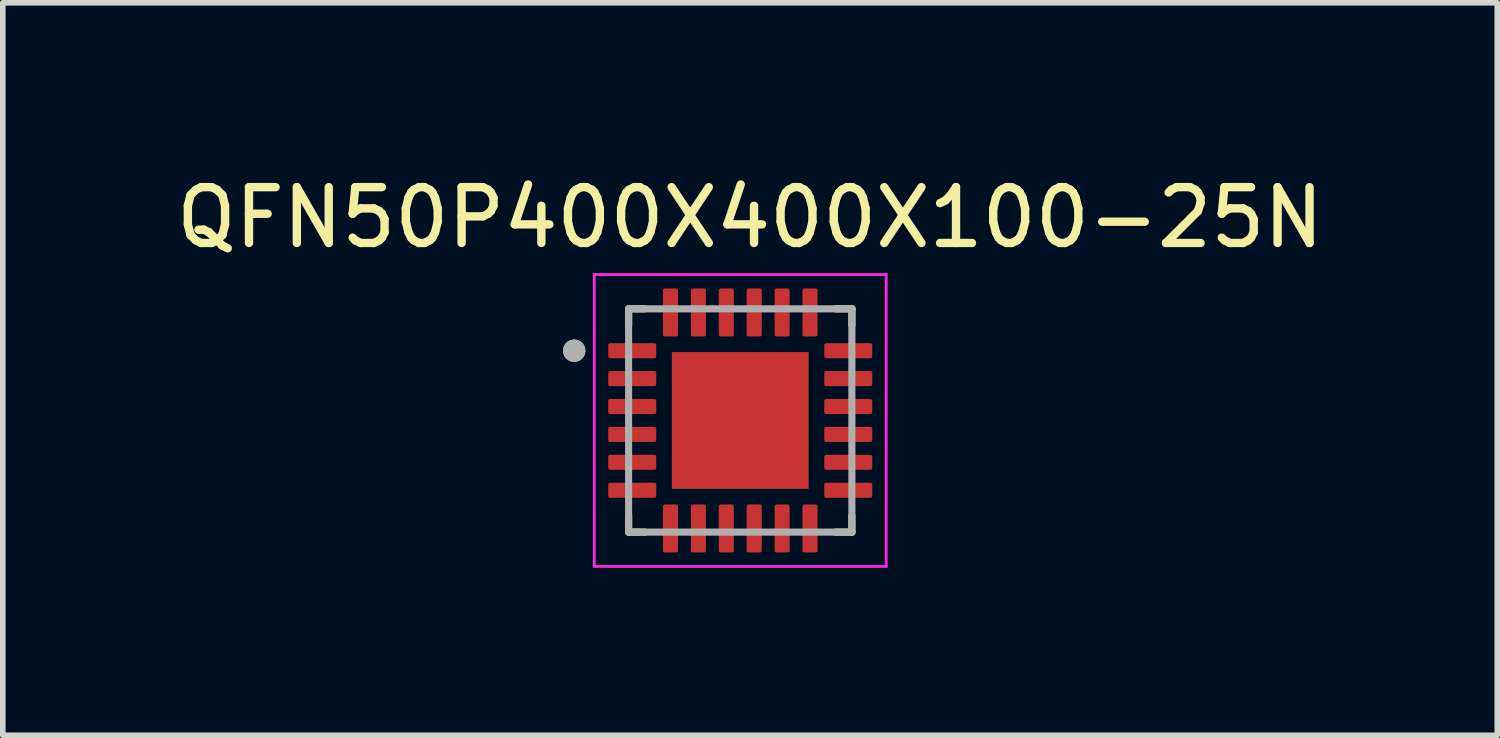
<source format=kicad_pcb>
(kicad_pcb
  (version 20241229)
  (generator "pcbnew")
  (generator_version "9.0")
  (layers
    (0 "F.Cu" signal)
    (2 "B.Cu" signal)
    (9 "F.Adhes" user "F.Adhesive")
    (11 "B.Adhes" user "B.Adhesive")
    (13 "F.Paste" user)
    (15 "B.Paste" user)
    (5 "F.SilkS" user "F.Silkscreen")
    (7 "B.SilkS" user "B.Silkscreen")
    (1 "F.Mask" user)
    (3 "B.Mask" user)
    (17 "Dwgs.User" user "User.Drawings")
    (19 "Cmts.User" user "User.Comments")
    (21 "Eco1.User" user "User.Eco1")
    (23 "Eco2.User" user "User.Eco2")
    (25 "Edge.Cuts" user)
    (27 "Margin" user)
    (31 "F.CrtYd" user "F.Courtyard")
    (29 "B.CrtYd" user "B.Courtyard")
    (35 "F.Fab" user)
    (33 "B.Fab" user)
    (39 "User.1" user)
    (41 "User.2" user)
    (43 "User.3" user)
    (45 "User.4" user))
  (footprint "QFN50P400X400X100-25N"
    (layer "F.Cu")
    (at 10.212 4.483)
    (property "Reference" "QFN50P400X400X100-25N" (at 0.175 -3.635 0) (layer "F.SilkS") (effects (font (size 1 1) (thickness 0.15))))
    (attr smd)
    (fp_line (start -2 -2) (end -2 -1.705) (stroke (width 0.127) (type solid)) (layer "F.SilkS"))
    (fp_line (start -2 -2) (end -1.705 -2) (stroke (width 0.127) (type solid)) (layer "F.SilkS"))
    (fp_line (start -2 2) (end -2 1.705) (stroke (width 0.127) (type solid)) (layer "F.SilkS"))
    (fp_line (start -2 2) (end -1.705 2) (stroke (width 0.127) (type solid)) (layer "F.SilkS"))
    (fp_line (start 2 -2) (end 1.705 -2) (stroke (width 0.127) (type solid)) (layer "F.SilkS"))
    (fp_line (start 2 -2) (end 2 -1.705) (stroke (width 0.127) (type solid)) (layer "F.SilkS"))
    (fp_line (start 2 2) (end 1.705 2) (stroke (width 0.127) (type solid)) (layer "F.SilkS"))
    (fp_line (start 2 2) (end 2 1.705) (stroke (width 0.127) (type solid)) (layer "F.SilkS"))
    (fp_circle (center -2.975 -1.25) (end -2.875 -1.25) (stroke (width 0.2) (type solid)) (fill no) (layer "F.SilkS"))
    (fp_poly (pts (xy -0.775 -0.775) (xy 0.775 -0.775) (xy 0.775 0.775) (xy -0.775 0.775)) (stroke (width 0.01) (type solid)) (fill yes) (layer "F.Paste"))
    (fp_line (start -2.615 -2.615) (end 2.615 -2.615) (stroke (width 0.05) (type solid)) (layer "F.CrtYd"))
    (fp_line (start -2.615 2.615) (end -2.615 -2.615) (stroke (width 0.05) (type solid)) (layer "F.CrtYd"))
    (fp_line (start -2.615 2.615) (end 2.615 2.615) (stroke (width 0.05) (type solid)) (layer "F.CrtYd"))
    (fp_line (start 2.615 2.615) (end 2.615 -2.615) (stroke (width 0.05) (type solid)) (layer "F.CrtYd"))
    (fp_line (start -2 2) (end -2 -2) (stroke (width 0.127) (type solid)) (layer "F.Fab"))
    (fp_line (start 2 -2) (end -2 -2) (stroke (width 0.127) (type solid)) (layer "F.Fab"))
    (fp_line (start 2 2) (end -2 2) (stroke (width 0.127) (type solid)) (layer "F.Fab"))
    (fp_line (start 2 2) (end 2 -2) (stroke (width 0.127) (type solid)) (layer "F.Fab"))
    (fp_circle (center -2.975 -1.25) (end -2.875 -1.25) (stroke (width 0.2) (type solid)) (fill no) (layer "F.Fab"))
    (pad "1" smd roundrect (at -1.935 -1.25) (size 0.86 0.27) (layers "F.Cu" "F.Mask" "F.Paste") (roundrect_rratio 0.125))
    (pad "2" smd roundrect (at -1.935 -0.75) (size 0.86 0.27) (layers "F.Cu" "F.Mask" "F.Paste") (roundrect_rratio 0.125))
    (pad "3" smd roundrect (at -1.935 -0.25) (size 0.86 0.27) (layers "F.Cu" "F.Mask" "F.Paste") (roundrect_rratio 0.125))
    (pad "4" smd roundrect (at -1.935 0.25) (size 0.86 0.27) (layers "F.Cu" "F.Mask" "F.Paste") (roundrect_rratio 0.125))
    (pad "5" smd roundrect (at -1.935 0.75) (size 0.86 0.27) (layers "F.Cu" "F.Mask" "F.Paste") (roundrect_rratio 0.125))
    (pad "6" smd roundrect (at -1.935 1.25) (size 0.86 0.27) (layers "F.Cu" "F.Mask" "F.Paste") (roundrect_rratio 0.125))
    (pad "7" smd roundrect (at -1.25 1.935) (size 0.27 0.86) (layers "F.Cu" "F.Mask" "F.Paste") (roundrect_rratio 0.125))
    (pad "8" smd roundrect (at -0.75 1.935) (size 0.27 0.86) (layers "F.Cu" "F.Mask" "F.Paste") (roundrect_rratio 0.125))
    (pad "9" smd roundrect (at -0.25 1.935) (size 0.27 0.86) (layers "F.Cu" "F.Mask" "F.Paste") (roundrect_rratio 0.125))
    (pad "10" smd roundrect (at 0.25 1.935) (size 0.27 0.86) (layers "F.Cu" "F.Mask" "F.Paste") (roundrect_rratio 0.125))
    (pad "11" smd roundrect (at 0.75 1.935) (size 0.27 0.86) (layers "F.Cu" "F.Mask" "F.Paste") (roundrect_rratio 0.125))
    (pad "12" smd roundrect (at 1.25 1.935) (size 0.27 0.86) (layers "F.Cu" "F.Mask" "F.Paste") (roundrect_rratio 0.125))
    (pad "13" smd roundrect (at 1.935 1.25) (size 0.86 0.27) (layers "F.Cu" "F.Mask" "F.Paste") (roundrect_rratio 0.125))
    (pad "14" smd roundrect (at 1.935 0.75) (size 0.86 0.27) (layers "F.Cu" "F.Mask" "F.Paste") (roundrect_rratio 0.125))
    (pad "15" smd roundrect (at 1.935 0.25) (size 0.86 0.27) (layers "F.Cu" "F.Mask" "F.Paste") (roundrect_rratio 0.125))
    (pad "16" smd roundrect (at 1.935 -0.25) (size 0.86 0.27) (layers "F.Cu" "F.Mask" "F.Paste") (roundrect_rratio 0.125))
    (pad "17" smd roundrect (at 1.935 -0.75) (size 0.86 0.27) (layers "F.Cu" "F.Mask" "F.Paste") (roundrect_rratio 0.125))
    (pad "18" smd roundrect (at 1.935 -1.25) (size 0.86 0.27) (layers "F.Cu" "F.Mask" "F.Paste") (roundrect_rratio 0.125))
    (pad "19" smd roundrect (at 1.25 -1.935) (size 0.27 0.86) (layers "F.Cu" "F.Mask" "F.Paste") (roundrect_rratio 0.125))
    (pad "20" smd roundrect (at 0.75 -1.935) (size 0.27 0.86) (layers "F.Cu" "F.Mask" "F.Paste") (roundrect_rratio 0.125))
    (pad "21" smd roundrect (at 0.25 -1.935) (size 0.27 0.86) (layers "F.Cu" "F.Mask" "F.Paste") (roundrect_rratio 0.125))
    (pad "22" smd roundrect (at -0.25 -1.935) (size 0.27 0.86) (layers "F.Cu" "F.Mask" "F.Paste") (roundrect_rratio 0.125))
    (pad "23" smd roundrect (at -0.75 -1.935) (size 0.27 0.86) (layers "F.Cu" "F.Mask" "F.Paste") (roundrect_rratio 0.125))
    (pad "24" smd roundrect (at -1.25 -1.935) (size 0.27 0.86) (layers "F.Cu" "F.Mask" "F.Paste") (roundrect_rratio 0.125))
    (pad "25" smd rect (at 0 0) (size 2.45 2.45) (layers "F.Cu" "F.Mask")))
  (gr_rect
    (start -3 -3)
    (end 23.774 10.123)
    (stroke (width 0.1) (type default))
    (fill no)
    (layer "Edge.Cuts")))
</source>
